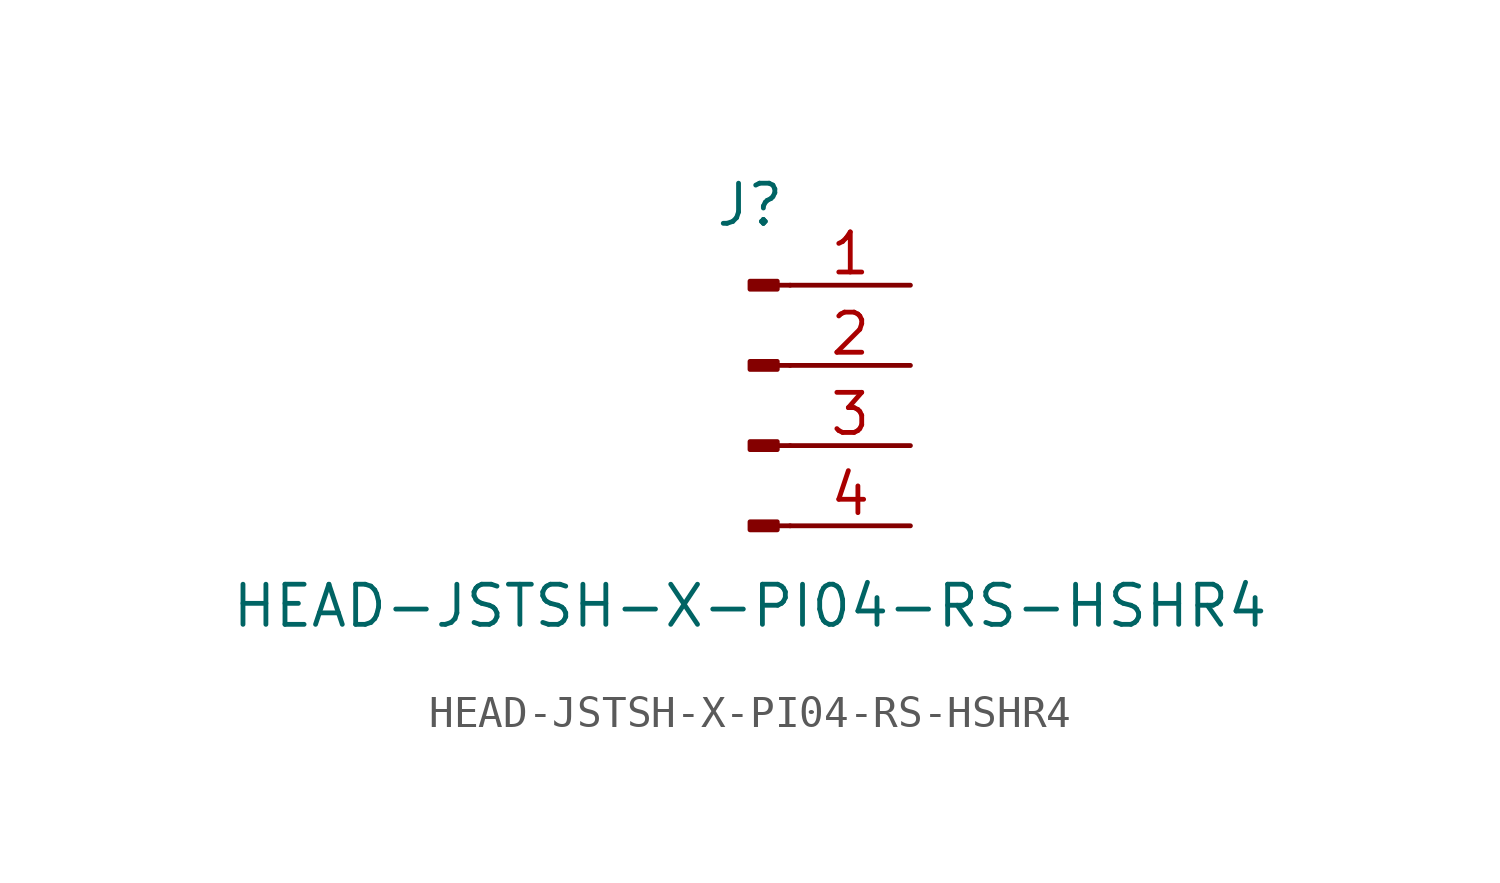
<source format=kicad_sym>
(kicad_symbol_lib
  (version 20211014)
  (generator kicad_symbol_editor)
  (symbol "HEAD-JSTSH-X-PI04-RS-HSHR4"
    (pin_names
      (offset 1.016) hide)
    (property "Reference" "J"
      (at 0 5.08 0)
      (effects (font (size 1.27 1.27))))
    (property "Value" "HEAD-JSTSH-X-PI04-RS-HSHR4"
      (at 0 -7.62 0)
      (effects (font (size 1.27 1.27))))
    (symbol "HEAD-JSTSH-X-PI04-RS-HSHR4_1_1"
      (polyline (pts (xy 1.27 -5.08) (xy 0.864 -5.08)) (stroke (width 0.152) (type default) (color 0 0 0 0)) (fill (type none)))
      (polyline (pts (xy 1.27 -2.54) (xy 0.864 -2.54)) (stroke (width 0.152) (type default) (color 0 0 0 0)) (fill (type none)))
      (polyline (pts (xy 1.27 0) (xy 0.864 0)) (stroke (width 0.152) (type default) (color 0 0 0 0)) (fill (type none)))
      (polyline (pts (xy 1.27 2.54) (xy 0.864 2.54)) (stroke (width 0.152) (type default) (color 0 0 0 0)) (fill (type none)))
      (rectangle (start 0.864 -4.953) (end 0 -5.207) (stroke (width 0.152) (type default) (color 0 0 0 0)) (fill (type outline)))
      (rectangle (start 0.864 -2.413) (end 0 -2.667) (stroke (width 0.152) (type default) (color 0 0 0 0)) (fill (type outline)))
      (rectangle (start 0.864 0.127) (end 0 -0.127) (stroke (width 0.152) (type default) (color 0 0 0 0)) (fill (type outline)))
      (rectangle (start 0.864 2.667) (end 0 2.413) (stroke (width 0.152) (type default) (color 0 0 0 0)) (fill (type outline)))
      (pin passive line (at 5.08 2.54 180) (length 3.81) (name "Pin_1" (effects (font (size 1.27 1.27)))) (number "1" (effects (font (size 1.27 1.27)))))
      (pin passive line (at 5.08 0 180) (length 3.81) (name "Pin_2" (effects (font (size 1.27 1.27)))) (number "2" (effects (font (size 1.27 1.27)))))
      (pin passive line (at 5.08 -2.54 180) (length 3.81) (name "Pin_3" (effects (font (size 1.27 1.27)))) (number "3" (effects (font (size 1.27 1.27)))))
      (pin passive line (at 5.08 -5.08 180) (length 3.81) (name "Pin_4" (effects (font (size 1.27 1.27)))) (number "4" (effects (font (size 1.27 1.27))))))))
</source>
